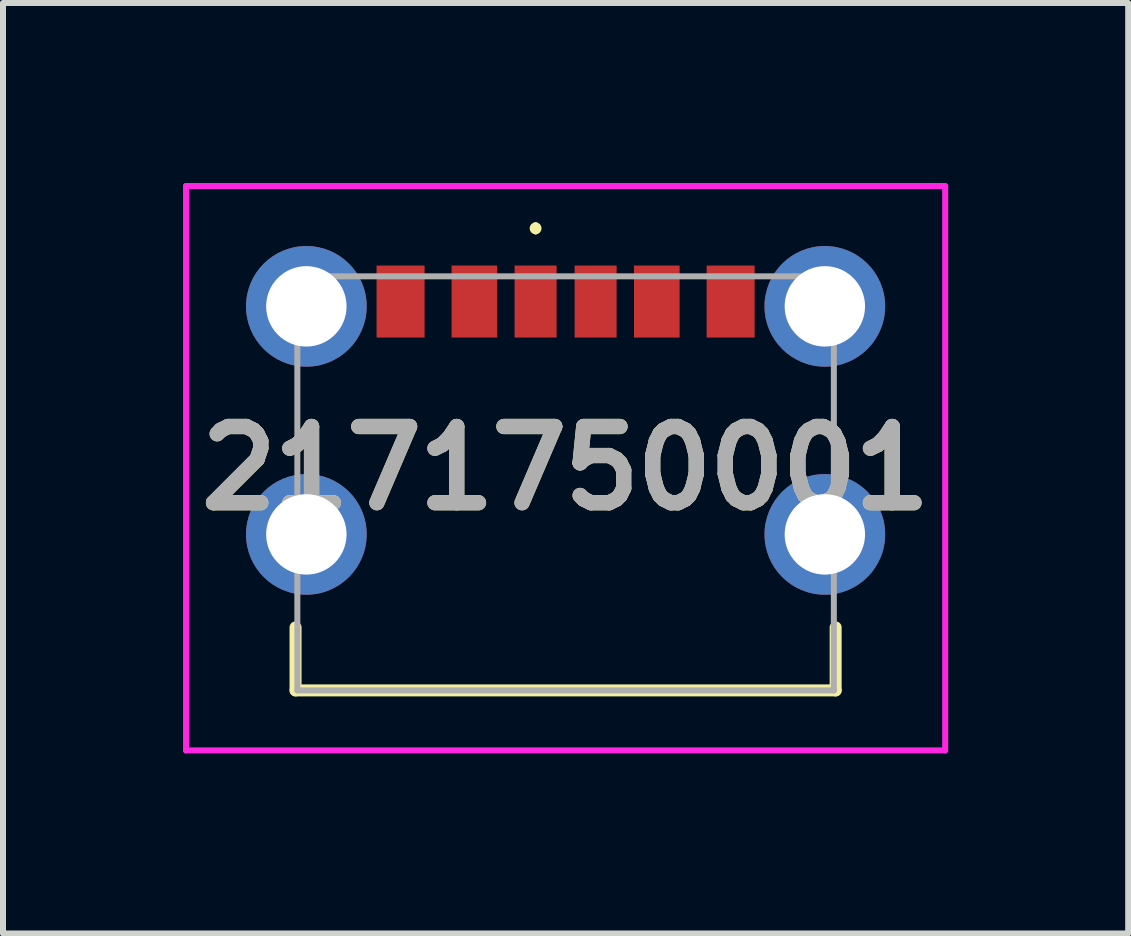
<source format=kicad_pcb>
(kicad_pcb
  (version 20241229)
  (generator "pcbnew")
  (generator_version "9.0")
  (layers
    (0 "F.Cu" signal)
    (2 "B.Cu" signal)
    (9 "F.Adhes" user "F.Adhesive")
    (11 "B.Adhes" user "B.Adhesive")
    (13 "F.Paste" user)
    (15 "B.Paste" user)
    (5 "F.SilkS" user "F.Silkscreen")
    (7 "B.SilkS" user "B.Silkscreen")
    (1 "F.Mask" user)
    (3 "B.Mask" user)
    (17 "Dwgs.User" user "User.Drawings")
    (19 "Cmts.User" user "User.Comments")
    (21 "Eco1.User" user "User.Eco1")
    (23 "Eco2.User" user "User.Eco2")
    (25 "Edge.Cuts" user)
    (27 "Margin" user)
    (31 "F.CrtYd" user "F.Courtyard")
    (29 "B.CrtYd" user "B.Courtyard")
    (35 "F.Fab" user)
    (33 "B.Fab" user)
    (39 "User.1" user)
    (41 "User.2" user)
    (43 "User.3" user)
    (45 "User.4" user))
  (footprint "2171750001"
    (layer "F.Cu")
    (at 6.375 5.005)
    (property "Reference" "2171750001" (at 0 -0.252 0) (layer "F.SilkS") (effects (font (size 1.27 1.27) (thickness 0.254))))
    (attr through_hole)
    (fp_line (start -4.5 2.4) (end -4.5 3.45) (stroke (width 0.2) (type solid)) (layer "F.SilkS"))
    (fp_line (start -4.5 3.45) (end 4.5 3.45) (stroke (width 0.2) (type solid)) (layer "F.SilkS"))
    (fp_line (start -0.5 -4.3) (end -0.5 -4.3) (stroke (width 0.1) (type solid)) (layer "F.SilkS"))
    (fp_line (start -0.5 -4.2) (end -0.5 -4.2) (stroke (width 0.1) (type solid)) (layer "F.SilkS"))
    (fp_line (start 4.5 3.45) (end 4.5 2.4) (stroke (width 0.2) (type solid)) (layer "F.SilkS"))
    (fp_arc (start -0.5 -4.3) (mid -0.45 -4.25) (end -0.5 -4.2) (stroke (width 0.1) (type solid)) (layer "F.SilkS"))
    (fp_arc (start -0.5 -4.2) (mid -0.55 -4.25) (end -0.5 -4.3) (stroke (width 0.1) (type solid)) (layer "F.SilkS"))
    (fp_line (start -6.325 -4.955) (end 6.325 -4.955) (stroke (width 0.1) (type solid)) (layer "F.CrtYd"))
    (fp_line (start -6.325 4.45) (end -6.325 -4.955) (stroke (width 0.1) (type solid)) (layer "F.CrtYd"))
    (fp_line (start 6.325 -4.955) (end 6.325 4.45) (stroke (width 0.1) (type solid)) (layer "F.CrtYd"))
    (fp_line (start 6.325 4.45) (end -6.325 4.45) (stroke (width 0.1) (type solid)) (layer "F.CrtYd"))
    (fp_line (start -4.47 -3.45) (end 4.47 -3.45) (stroke (width 0.1) (type solid)) (layer "F.Fab"))
    (fp_line (start -4.47 3.45) (end -4.47 -3.45) (stroke (width 0.1) (type solid)) (layer "F.Fab"))
    (fp_line (start 4.47 -3.45) (end 4.47 3.45) (stroke (width 0.1) (type solid)) (layer "F.Fab"))
    (fp_line (start 4.47 3.45) (end -4.47 3.45) (stroke (width 0.1) (type solid)) (layer "F.Fab"))
    (fp_text user "${REFERENCE}" (at 0 -0.252 0) (layer "F.Fab") (effects (font (size 1.27 1.27) (thickness 0.254))))
    (pad "A5" smd rect (at -0.5 -3.03) (size 0.7 1.2) (layers "F.Cu" "F.Mask" "F.Paste"))
    (pad "A9" smd rect (at 1.52 -3.03) (size 0.76 1.2) (layers "F.Cu" "F.Mask" "F.Paste"))
    (pad "A12" smd rect (at 2.75 -3.03) (size 0.8 1.2) (layers "F.Cu" "F.Mask" "F.Paste"))
    (pad "B5" smd rect (at 0.5 -3.03) (size 0.7 1.2) (layers "F.Cu" "F.Mask" "F.Paste"))
    (pad "B9" smd rect (at -1.52 -3.03) (size 0.76 1.2) (layers "F.Cu" "F.Mask" "F.Paste"))
    (pad "B12" smd rect (at -2.75 -3.03) (size 0.8 1.2) (layers "F.Cu" "F.Mask" "F.Paste"))
    (pad "MH1" thru_hole circle (at -4.32 -2.95) (size 2.01 2.01) (drill 1.34) (layers "*.Cu" "*.Mask"))
    (pad "MH2" thru_hole circle (at 4.32 -2.95) (size 2.01 2.01) (drill 1.34) (layers "*.Cu" "*.Mask"))
    (pad "MH3" thru_hole circle (at -4.32 0.85) (size 2.01 2.01) (drill 1.34) (layers "*.Cu" "*.Mask"))
    (pad "MH4" thru_hole circle (at 4.32 0.85) (size 2.01 2.01) (drill 1.34) (layers "*.Cu" "*.Mask")))
  (gr_rect
    (start -3 -3)
    (end 15.75 12.505)
    (stroke (width 0.1) (type default))
    (fill no)
    (layer "Edge.Cuts")))
</source>
